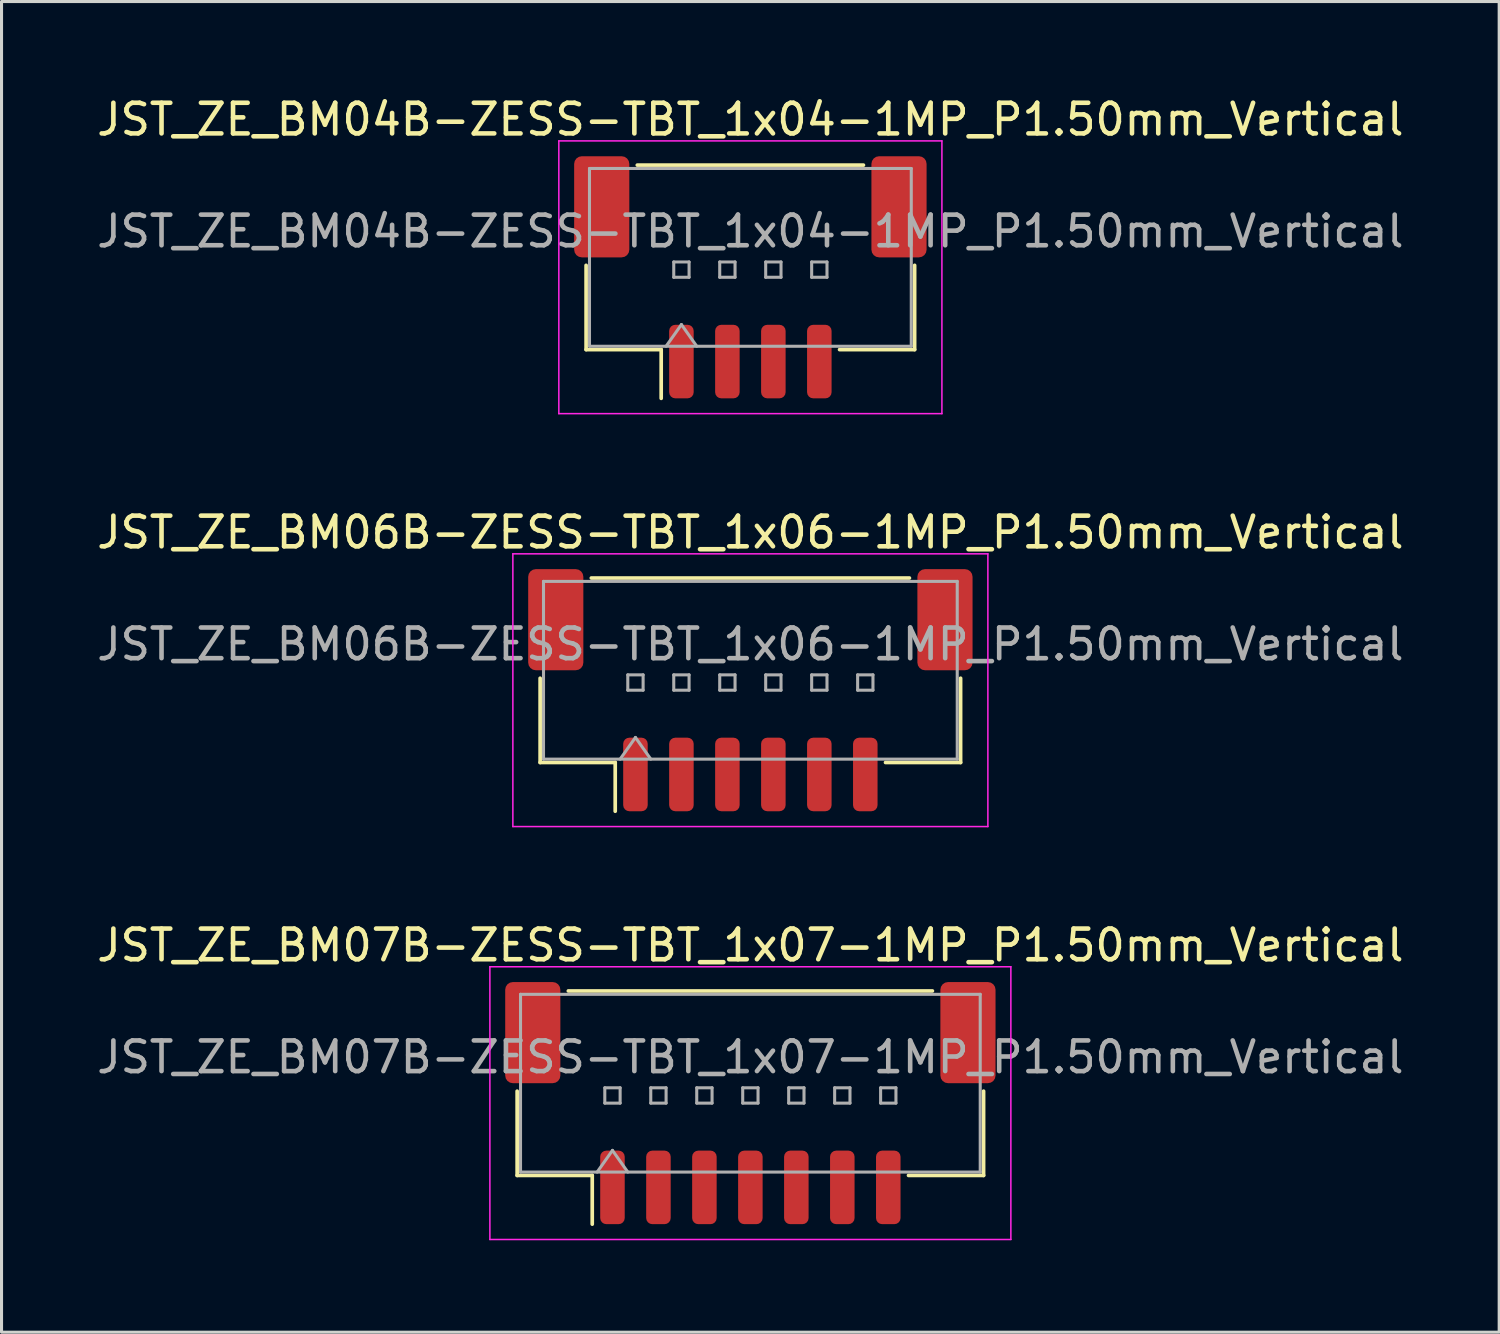
<source format=kicad_pcb>
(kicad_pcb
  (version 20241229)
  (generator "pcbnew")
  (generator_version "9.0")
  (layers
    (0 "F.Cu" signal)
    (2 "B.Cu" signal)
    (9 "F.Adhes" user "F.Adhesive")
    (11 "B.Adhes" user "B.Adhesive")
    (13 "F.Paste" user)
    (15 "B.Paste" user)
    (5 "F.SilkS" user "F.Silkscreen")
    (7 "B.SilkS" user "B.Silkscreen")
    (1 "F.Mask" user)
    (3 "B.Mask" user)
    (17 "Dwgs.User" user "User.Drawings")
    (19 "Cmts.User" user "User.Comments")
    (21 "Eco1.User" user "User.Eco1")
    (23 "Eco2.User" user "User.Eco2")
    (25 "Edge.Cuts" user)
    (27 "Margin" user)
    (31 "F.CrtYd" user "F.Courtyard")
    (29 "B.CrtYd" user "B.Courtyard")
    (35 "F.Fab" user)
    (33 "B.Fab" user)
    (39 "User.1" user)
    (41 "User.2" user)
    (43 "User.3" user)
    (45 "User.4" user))
  (footprint "JST_ZE_BM04B-ZESS-TBT_1x04-1MP_P1.50mm_Vertical"
    (layer "F.Cu")
    (at 21.435 5.998)
    (property "Reference" "JST_ZE_BM04B-ZESS-TBT_1x04-1MP_P1.50mm_Vertical" (at 0 -5.15 0) (layer "F.SilkS") (effects (font (size 1 1) (thickness 0.15))))
    (attr smd)
    (fp_line (start -5.36 -0.39) (end -5.36 2.36) (stroke (width 0.12) (type solid)) (layer "F.SilkS"))
    (fp_line (start -5.36 2.36) (end -2.91 2.36) (stroke (width 0.12) (type solid)) (layer "F.SilkS"))
    (fp_line (start -3.69 -3.66) (end 3.69 -3.66) (stroke (width 0.12) (type solid)) (layer "F.SilkS"))
    (fp_line (start -2.91 2.36) (end -2.91 3.95) (stroke (width 0.12) (type solid)) (layer "F.SilkS"))
    (fp_line (start 5.36 -0.39) (end 5.36 2.36) (stroke (width 0.12) (type solid)) (layer "F.SilkS"))
    (fp_line (start 5.36 2.36) (end 2.91 2.36) (stroke (width 0.12) (type solid)) (layer "F.SilkS"))
    (fp_line (start -6.25 -4.45) (end -6.25 4.45) (stroke (width 0.05) (type solid)) (layer "F.CrtYd"))
    (fp_line (start -6.25 4.45) (end 6.25 4.45) (stroke (width 0.05) (type solid)) (layer "F.CrtYd"))
    (fp_line (start 6.25 -4.45) (end -6.25 -4.45) (stroke (width 0.05) (type solid)) (layer "F.CrtYd"))
    (fp_line (start 6.25 4.45) (end 6.25 -4.45) (stroke (width 0.05) (type solid)) (layer "F.CrtYd"))
    (fp_line (start -5.25 -3.55) (end 5.25 -3.55) (stroke (width 0.1) (type solid)) (layer "F.Fab"))
    (fp_line (start -5.25 2.25) (end -5.25 -3.55) (stroke (width 0.1) (type solid)) (layer "F.Fab"))
    (fp_line (start -5.25 2.25) (end 5.25 2.25) (stroke (width 0.1) (type solid)) (layer "F.Fab"))
    (fp_line (start -2.75 2.25) (end -2.25 1.543) (stroke (width 0.1) (type solid)) (layer "F.Fab"))
    (fp_line (start -2.5 -0.5) (end -2.5 0) (stroke (width 0.1) (type solid)) (layer "F.Fab"))
    (fp_line (start -2.5 0) (end -2 0) (stroke (width 0.1) (type solid)) (layer "F.Fab"))
    (fp_line (start -2.25 1.543) (end -1.75 2.25) (stroke (width 0.1) (type solid)) (layer "F.Fab"))
    (fp_line (start -2 -0.5) (end -2.5 -0.5) (stroke (width 0.1) (type solid)) (layer "F.Fab"))
    (fp_line (start -2 0) (end -2 -0.5) (stroke (width 0.1) (type solid)) (layer "F.Fab"))
    (fp_line (start -1 -0.5) (end -1 0) (stroke (width 0.1) (type solid)) (layer "F.Fab"))
    (fp_line (start -1 0) (end -0.5 0) (stroke (width 0.1) (type solid)) (layer "F.Fab"))
    (fp_line (start -0.5 -0.5) (end -1 -0.5) (stroke (width 0.1) (type solid)) (layer "F.Fab"))
    (fp_line (start -0.5 0) (end -0.5 -0.5) (stroke (width 0.1) (type solid)) (layer "F.Fab"))
    (fp_line (start 0.5 -0.5) (end 0.5 0) (stroke (width 0.1) (type solid)) (layer "F.Fab"))
    (fp_line (start 0.5 0) (end 1 0) (stroke (width 0.1) (type solid)) (layer "F.Fab"))
    (fp_line (start 1 -0.5) (end 0.5 -0.5) (stroke (width 0.1) (type solid)) (layer "F.Fab"))
    (fp_line (start 1 0) (end 1 -0.5) (stroke (width 0.1) (type solid)) (layer "F.Fab"))
    (fp_line (start 2 -0.5) (end 2 0) (stroke (width 0.1) (type solid)) (layer "F.Fab"))
    (fp_line (start 2 0) (end 2.5 0) (stroke (width 0.1) (type solid)) (layer "F.Fab"))
    (fp_line (start 2.5 -0.5) (end 2 -0.5) (stroke (width 0.1) (type solid)) (layer "F.Fab"))
    (fp_line (start 2.5 0) (end 2.5 -0.5) (stroke (width 0.1) (type solid)) (layer "F.Fab"))
    (fp_line (start 5.25 2.25) (end 5.25 -3.55) (stroke (width 0.1) (type solid)) (layer "F.Fab"))
    (fp_text user "${REFERENCE}" (at 0 -1.5 0) (layer "F.Fab") (effects (font (size 1 1) (thickness 0.15))))
    (pad "1" smd roundrect (at -2.25 2.75) (size 0.8 2.4) (layers "F.Cu" "F.Mask" "F.Paste") (roundrect_rratio 0.25))
    (pad "2" smd roundrect (at -0.75 2.75) (size 0.8 2.4) (layers "F.Cu" "F.Mask" "F.Paste") (roundrect_rratio 0.25))
    (pad "3" smd roundrect (at 0.75 2.75) (size 0.8 2.4) (layers "F.Cu" "F.Mask" "F.Paste") (roundrect_rratio 0.25))
    (pad "4" smd roundrect (at 2.25 2.75) (size 0.8 2.4) (layers "F.Cu" "F.Mask" "F.Paste") (roundrect_rratio 0.25))
    (pad "MP" smd roundrect (at -4.85 -2.3) (size 1.8 3.3) (layers "F.Cu" "F.Mask" "F.Paste") (roundrect_rratio 0.139))
    (pad "MP" smd roundrect (at 4.85 -2.3) (size 1.8 3.3) (layers "F.Cu" "F.Mask" "F.Paste") (roundrect_rratio 0.139)))
  (footprint "JST_ZE_BM07B-ZESS-TBT_1x07-1MP_P1.50mm_Vertical"
    (layer "F.Cu")
    (at 21.435 32.945)
    (property "Reference" "JST_ZE_BM07B-ZESS-TBT_1x07-1MP_P1.50mm_Vertical" (at 0 -5.15 0) (layer "F.SilkS") (effects (font (size 1 1) (thickness 0.15))))
    (attr smd)
    (fp_line (start -7.61 -0.39) (end -7.61 2.36) (stroke (width 0.12) (type solid)) (layer "F.SilkS"))
    (fp_line (start -7.61 2.36) (end -5.16 2.36) (stroke (width 0.12) (type solid)) (layer "F.SilkS"))
    (fp_line (start -5.94 -3.66) (end 5.94 -3.66) (stroke (width 0.12) (type solid)) (layer "F.SilkS"))
    (fp_line (start -5.16 2.36) (end -5.16 3.95) (stroke (width 0.12) (type solid)) (layer "F.SilkS"))
    (fp_line (start 7.61 -0.39) (end 7.61 2.36) (stroke (width 0.12) (type solid)) (layer "F.SilkS"))
    (fp_line (start 7.61 2.36) (end 5.16 2.36) (stroke (width 0.12) (type solid)) (layer "F.SilkS"))
    (fp_line (start -8.5 -4.45) (end -8.5 4.45) (stroke (width 0.05) (type solid)) (layer "F.CrtYd"))
    (fp_line (start -8.5 4.45) (end 8.5 4.45) (stroke (width 0.05) (type solid)) (layer "F.CrtYd"))
    (fp_line (start 8.5 -4.45) (end -8.5 -4.45) (stroke (width 0.05) (type solid)) (layer "F.CrtYd"))
    (fp_line (start 8.5 4.45) (end 8.5 -4.45) (stroke (width 0.05) (type solid)) (layer "F.CrtYd"))
    (fp_line (start -7.5 -3.55) (end 7.5 -3.55) (stroke (width 0.1) (type solid)) (layer "F.Fab"))
    (fp_line (start -7.5 2.25) (end -7.5 -3.55) (stroke (width 0.1) (type solid)) (layer "F.Fab"))
    (fp_line (start -7.5 2.25) (end 7.5 2.25) (stroke (width 0.1) (type solid)) (layer "F.Fab"))
    (fp_line (start -5 2.25) (end -4.5 1.543) (stroke (width 0.1) (type solid)) (layer "F.Fab"))
    (fp_line (start -4.75 -0.5) (end -4.75 0) (stroke (width 0.1) (type solid)) (layer "F.Fab"))
    (fp_line (start -4.75 0) (end -4.25 0) (stroke (width 0.1) (type solid)) (layer "F.Fab"))
    (fp_line (start -4.5 1.543) (end -4 2.25) (stroke (width 0.1) (type solid)) (layer "F.Fab"))
    (fp_line (start -4.25 -0.5) (end -4.75 -0.5) (stroke (width 0.1) (type solid)) (layer "F.Fab"))
    (fp_line (start -4.25 0) (end -4.25 -0.5) (stroke (width 0.1) (type solid)) (layer "F.Fab"))
    (fp_line (start -3.25 -0.5) (end -3.25 0) (stroke (width 0.1) (type solid)) (layer "F.Fab"))
    (fp_line (start -3.25 0) (end -2.75 0) (stroke (width 0.1) (type solid)) (layer "F.Fab"))
    (fp_line (start -2.75 -0.5) (end -3.25 -0.5) (stroke (width 0.1) (type solid)) (layer "F.Fab"))
    (fp_line (start -2.75 0) (end -2.75 -0.5) (stroke (width 0.1) (type solid)) (layer "F.Fab"))
    (fp_line (start -1.75 -0.5) (end -1.75 0) (stroke (width 0.1) (type solid)) (layer "F.Fab"))
    (fp_line (start -1.75 0) (end -1.25 0) (stroke (width 0.1) (type solid)) (layer "F.Fab"))
    (fp_line (start -1.25 -0.5) (end -1.75 -0.5) (stroke (width 0.1) (type solid)) (layer "F.Fab"))
    (fp_line (start -1.25 0) (end -1.25 -0.5) (stroke (width 0.1) (type solid)) (layer "F.Fab"))
    (fp_line (start -0.25 -0.5) (end -0.25 0) (stroke (width 0.1) (type solid)) (layer "F.Fab"))
    (fp_line (start -0.25 0) (end 0.25 0) (stroke (width 0.1) (type solid)) (layer "F.Fab"))
    (fp_line (start 0.25 -0.5) (end -0.25 -0.5) (stroke (width 0.1) (type solid)) (layer "F.Fab"))
    (fp_line (start 0.25 0) (end 0.25 -0.5) (stroke (width 0.1) (type solid)) (layer "F.Fab"))
    (fp_line (start 1.25 -0.5) (end 1.25 0) (stroke (width 0.1) (type solid)) (layer "F.Fab"))
    (fp_line (start 1.25 0) (end 1.75 0) (stroke (width 0.1) (type solid)) (layer "F.Fab"))
    (fp_line (start 1.75 -0.5) (end 1.25 -0.5) (stroke (width 0.1) (type solid)) (layer "F.Fab"))
    (fp_line (start 1.75 0) (end 1.75 -0.5) (stroke (width 0.1) (type solid)) (layer "F.Fab"))
    (fp_line (start 2.75 -0.5) (end 2.75 0) (stroke (width 0.1) (type solid)) (layer "F.Fab"))
    (fp_line (start 2.75 0) (end 3.25 0) (stroke (width 0.1) (type solid)) (layer "F.Fab"))
    (fp_line (start 3.25 -0.5) (end 2.75 -0.5) (stroke (width 0.1) (type solid)) (layer "F.Fab"))
    (fp_line (start 3.25 0) (end 3.25 -0.5) (stroke (width 0.1) (type solid)) (layer "F.Fab"))
    (fp_line (start 4.25 -0.5) (end 4.25 0) (stroke (width 0.1) (type solid)) (layer "F.Fab"))
    (fp_line (start 4.25 0) (end 4.75 0) (stroke (width 0.1) (type solid)) (layer "F.Fab"))
    (fp_line (start 4.75 -0.5) (end 4.25 -0.5) (stroke (width 0.1) (type solid)) (layer "F.Fab"))
    (fp_line (start 4.75 0) (end 4.75 -0.5) (stroke (width 0.1) (type solid)) (layer "F.Fab"))
    (fp_line (start 7.5 2.25) (end 7.5 -3.55) (stroke (width 0.1) (type solid)) (layer "F.Fab"))
    (fp_text user "${REFERENCE}" (at 0 -1.5 0) (layer "F.Fab") (effects (font (size 1 1) (thickness 0.15))))
    (pad "1" smd roundrect (at -4.5 2.75) (size 0.8 2.4) (layers "F.Cu" "F.Mask" "F.Paste") (roundrect_rratio 0.25))
    (pad "2" smd roundrect (at -3 2.75) (size 0.8 2.4) (layers "F.Cu" "F.Mask" "F.Paste") (roundrect_rratio 0.25))
    (pad "3" smd roundrect (at -1.5 2.75) (size 0.8 2.4) (layers "F.Cu" "F.Mask" "F.Paste") (roundrect_rratio 0.25))
    (pad "4" smd roundrect (at 0 2.75) (size 0.8 2.4) (layers "F.Cu" "F.Mask" "F.Paste") (roundrect_rratio 0.25))
    (pad "5" smd roundrect (at 1.5 2.75) (size 0.8 2.4) (layers "F.Cu" "F.Mask" "F.Paste") (roundrect_rratio 0.25))
    (pad "6" smd roundrect (at 3 2.75) (size 0.8 2.4) (layers "F.Cu" "F.Mask" "F.Paste") (roundrect_rratio 0.25))
    (pad "7" smd roundrect (at 4.5 2.75) (size 0.8 2.4) (layers "F.Cu" "F.Mask" "F.Paste") (roundrect_rratio 0.25))
    (pad "MP" smd roundrect (at -7.1 -2.3) (size 1.8 3.3) (layers "F.Cu" "F.Mask" "F.Paste") (roundrect_rratio 0.139))
    (pad "MP" smd roundrect (at 7.1 -2.3) (size 1.8 3.3) (layers "F.Cu" "F.Mask" "F.Paste") (roundrect_rratio 0.139)))
  (footprint "JST_ZE_BM06B-ZESS-TBT_1x06-1MP_P1.50mm_Vertical"
    (layer "F.Cu")
    (at 21.435 19.471)
    (property "Reference" "JST_ZE_BM06B-ZESS-TBT_1x06-1MP_P1.50mm_Vertical" (at 0 -5.15 0) (layer "F.SilkS") (effects (font (size 1 1) (thickness 0.15))))
    (attr smd)
    (fp_line (start -6.86 -0.39) (end -6.86 2.36) (stroke (width 0.12) (type solid)) (layer "F.SilkS"))
    (fp_line (start -6.86 2.36) (end -4.41 2.36) (stroke (width 0.12) (type solid)) (layer "F.SilkS"))
    (fp_line (start -5.19 -3.66) (end 5.19 -3.66) (stroke (width 0.12) (type solid)) (layer "F.SilkS"))
    (fp_line (start -4.41 2.36) (end -4.41 3.95) (stroke (width 0.12) (type solid)) (layer "F.SilkS"))
    (fp_line (start 6.86 -0.39) (end 6.86 2.36) (stroke (width 0.12) (type solid)) (layer "F.SilkS"))
    (fp_line (start 6.86 2.36) (end 4.41 2.36) (stroke (width 0.12) (type solid)) (layer "F.SilkS"))
    (fp_line (start -7.75 -4.45) (end -7.75 4.45) (stroke (width 0.05) (type solid)) (layer "F.CrtYd"))
    (fp_line (start -7.75 4.45) (end 7.75 4.45) (stroke (width 0.05) (type solid)) (layer "F.CrtYd"))
    (fp_line (start 7.75 -4.45) (end -7.75 -4.45) (stroke (width 0.05) (type solid)) (layer "F.CrtYd"))
    (fp_line (start 7.75 4.45) (end 7.75 -4.45) (stroke (width 0.05) (type solid)) (layer "F.CrtYd"))
    (fp_line (start -6.75 -3.55) (end 6.75 -3.55) (stroke (width 0.1) (type solid)) (layer "F.Fab"))
    (fp_line (start -6.75 2.25) (end -6.75 -3.55) (stroke (width 0.1) (type solid)) (layer "F.Fab"))
    (fp_line (start -6.75 2.25) (end 6.75 2.25) (stroke (width 0.1) (type solid)) (layer "F.Fab"))
    (fp_line (start -4.25 2.25) (end -3.75 1.543) (stroke (width 0.1) (type solid)) (layer "F.Fab"))
    (fp_line (start -4 -0.5) (end -4 0) (stroke (width 0.1) (type solid)) (layer "F.Fab"))
    (fp_line (start -4 0) (end -3.5 0) (stroke (width 0.1) (type solid)) (layer "F.Fab"))
    (fp_line (start -3.75 1.543) (end -3.25 2.25) (stroke (width 0.1) (type solid)) (layer "F.Fab"))
    (fp_line (start -3.5 -0.5) (end -4 -0.5) (stroke (width 0.1) (type solid)) (layer "F.Fab"))
    (fp_line (start -3.5 0) (end -3.5 -0.5) (stroke (width 0.1) (type solid)) (layer "F.Fab"))
    (fp_line (start -2.5 -0.5) (end -2.5 0) (stroke (width 0.1) (type solid)) (layer "F.Fab"))
    (fp_line (start -2.5 0) (end -2 0) (stroke (width 0.1) (type solid)) (layer "F.Fab"))
    (fp_line (start -2 -0.5) (end -2.5 -0.5) (stroke (width 0.1) (type solid)) (layer "F.Fab"))
    (fp_line (start -2 0) (end -2 -0.5) (stroke (width 0.1) (type solid)) (layer "F.Fab"))
    (fp_line (start -1 -0.5) (end -1 0) (stroke (width 0.1) (type solid)) (layer "F.Fab"))
    (fp_line (start -1 0) (end -0.5 0) (stroke (width 0.1) (type solid)) (layer "F.Fab"))
    (fp_line (start -0.5 -0.5) (end -1 -0.5) (stroke (width 0.1) (type solid)) (layer "F.Fab"))
    (fp_line (start -0.5 0) (end -0.5 -0.5) (stroke (width 0.1) (type solid)) (layer "F.Fab"))
    (fp_line (start 0.5 -0.5) (end 0.5 0) (stroke (width 0.1) (type solid)) (layer "F.Fab"))
    (fp_line (start 0.5 0) (end 1 0) (stroke (width 0.1) (type solid)) (layer "F.Fab"))
    (fp_line (start 1 -0.5) (end 0.5 -0.5) (stroke (width 0.1) (type solid)) (layer "F.Fab"))
    (fp_line (start 1 0) (end 1 -0.5) (stroke (width 0.1) (type solid)) (layer "F.Fab"))
    (fp_line (start 2 -0.5) (end 2 0) (stroke (width 0.1) (type solid)) (layer "F.Fab"))
    (fp_line (start 2 0) (end 2.5 0) (stroke (width 0.1) (type solid)) (layer "F.Fab"))
    (fp_line (start 2.5 -0.5) (end 2 -0.5) (stroke (width 0.1) (type solid)) (layer "F.Fab"))
    (fp_line (start 2.5 0) (end 2.5 -0.5) (stroke (width 0.1) (type solid)) (layer "F.Fab"))
    (fp_line (start 3.5 -0.5) (end 3.5 0) (stroke (width 0.1) (type solid)) (layer "F.Fab"))
    (fp_line (start 3.5 0) (end 4 0) (stroke (width 0.1) (type solid)) (layer "F.Fab"))
    (fp_line (start 4 -0.5) (end 3.5 -0.5) (stroke (width 0.1) (type solid)) (layer "F.Fab"))
    (fp_line (start 4 0) (end 4 -0.5) (stroke (width 0.1) (type solid)) (layer "F.Fab"))
    (fp_line (start 6.75 2.25) (end 6.75 -3.55) (stroke (width 0.1) (type solid)) (layer "F.Fab"))
    (fp_text user "${REFERENCE}" (at 0 -1.5 0) (layer "F.Fab") (effects (font (size 1 1) (thickness 0.15))))
    (pad "1" smd roundrect (at -3.75 2.75) (size 0.8 2.4) (layers "F.Cu" "F.Mask" "F.Paste") (roundrect_rratio 0.25))
    (pad "2" smd roundrect (at -2.25 2.75) (size 0.8 2.4) (layers "F.Cu" "F.Mask" "F.Paste") (roundrect_rratio 0.25))
    (pad "3" smd roundrect (at -0.75 2.75) (size 0.8 2.4) (layers "F.Cu" "F.Mask" "F.Paste") (roundrect_rratio 0.25))
    (pad "4" smd roundrect (at 0.75 2.75) (size 0.8 2.4) (layers "F.Cu" "F.Mask" "F.Paste") (roundrect_rratio 0.25))
    (pad "5" smd roundrect (at 2.25 2.75) (size 0.8 2.4) (layers "F.Cu" "F.Mask" "F.Paste") (roundrect_rratio 0.25))
    (pad "6" smd roundrect (at 3.75 2.75) (size 0.8 2.4) (layers "F.Cu" "F.Mask" "F.Paste") (roundrect_rratio 0.25))
    (pad "MP" smd roundrect (at -6.35 -2.3) (size 1.8 3.3) (layers "F.Cu" "F.Mask" "F.Paste") (roundrect_rratio 0.139))
    (pad "MP" smd roundrect (at 6.35 -2.3) (size 1.8 3.3) (layers "F.Cu" "F.Mask" "F.Paste") (roundrect_rratio 0.139)))
  (gr_rect
    (start -3 -3)
    (end 45.869 40.42)
    (stroke (width 0.1) (type default))
    (fill no)
    (layer "Edge.Cuts")))
</source>
